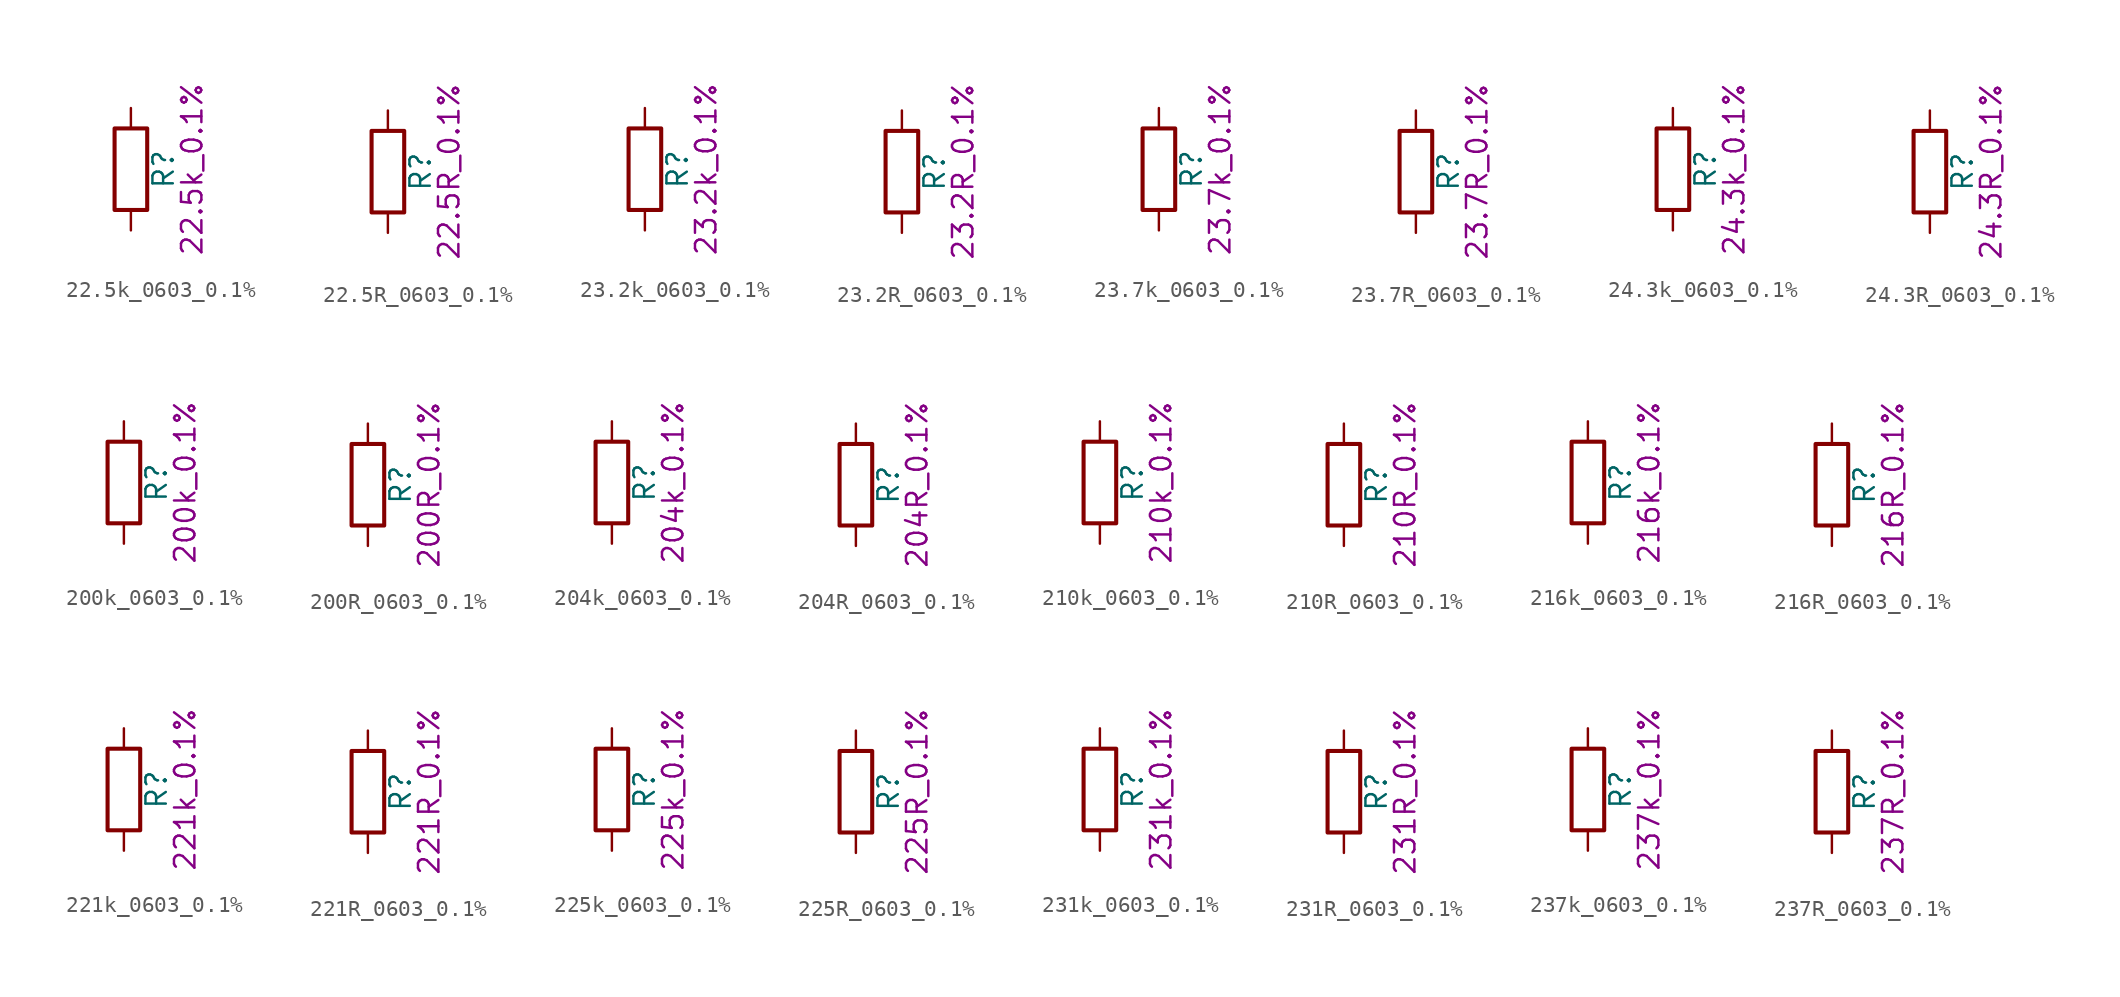
<source format=kicad_sym>
(kicad_symbol_lib
  (version 20211014)
  (generator kicad_symbol_editor)
  (symbol "22.5k_0603_0.1%"
    (pin_numbers hide)
    (pin_names
      (offset 0))
    (property "Reference" "R"
      (at 2.032 0 90)
      (effects (font (size 1.27 1.27))))
    (property "Display" "22.5k_0.1%"
      (at 3.81 0 90)
      (effects (font (size 1.27 1.27))))
    (symbol "22.5k_0603_0.1%_0_1"
      (rectangle (start -1.016 -2.54) (end 1.016 2.54) (stroke (width 0.254) (type default) (color 0 0 0 0)) (fill (type none))))
    (symbol "22.5k_0603_0.1%_1_1"
      (pin passive line (at 0 3.81 270) (length 1.27) (name "~" (effects (font (size 1.27 1.27)))) (number "1" (effects (font (size 1.27 1.27)))))
      (pin passive line (at 0 -3.81 90) (length 1.27) (name "~" (effects (font (size 1.27 1.27)))) (number "2" (effects (font (size 1.27 1.27)))))))
  (symbol "22.5R_0603_0.1%"
    (pin_numbers hide)
    (pin_names
      (offset 0))
    (property "Reference" "R"
      (at 2.032 0 90)
      (effects (font (size 1.27 1.27))))
    (property "Display" "22.5R_0.1%"
      (at 3.81 0 90)
      (effects (font (size 1.27 1.27))))
    (symbol "22.5R_0603_0.1%_0_1"
      (rectangle (start -1.016 -2.54) (end 1.016 2.54) (stroke (width 0.254) (type default) (color 0 0 0 0)) (fill (type none))))
    (symbol "22.5R_0603_0.1%_1_1"
      (pin passive line (at 0 3.81 270) (length 1.27) (name "~" (effects (font (size 1.27 1.27)))) (number "1" (effects (font (size 1.27 1.27)))))
      (pin passive line (at 0 -3.81 90) (length 1.27) (name "~" (effects (font (size 1.27 1.27)))) (number "2" (effects (font (size 1.27 1.27)))))))
  (symbol "23.2k_0603_0.1%"
    (pin_numbers hide)
    (pin_names
      (offset 0))
    (property "Reference" "R"
      (at 2.032 0 90)
      (effects (font (size 1.27 1.27))))
    (property "Display" "23.2k_0.1%"
      (at 3.81 0 90)
      (effects (font (size 1.27 1.27))))
    (symbol "23.2k_0603_0.1%_0_1"
      (rectangle (start -1.016 -2.54) (end 1.016 2.54) (stroke (width 0.254) (type default) (color 0 0 0 0)) (fill (type none))))
    (symbol "23.2k_0603_0.1%_1_1"
      (pin passive line (at 0 3.81 270) (length 1.27) (name "~" (effects (font (size 1.27 1.27)))) (number "1" (effects (font (size 1.27 1.27)))))
      (pin passive line (at 0 -3.81 90) (length 1.27) (name "~" (effects (font (size 1.27 1.27)))) (number "2" (effects (font (size 1.27 1.27)))))))
  (symbol "23.2R_0603_0.1%"
    (pin_numbers hide)
    (pin_names
      (offset 0))
    (property "Reference" "R"
      (at 2.032 0 90)
      (effects (font (size 1.27 1.27))))
    (property "Display" "23.2R_0.1%"
      (at 3.81 0 90)
      (effects (font (size 1.27 1.27))))
    (symbol "23.2R_0603_0.1%_0_1"
      (rectangle (start -1.016 -2.54) (end 1.016 2.54) (stroke (width 0.254) (type default) (color 0 0 0 0)) (fill (type none))))
    (symbol "23.2R_0603_0.1%_1_1"
      (pin passive line (at 0 3.81 270) (length 1.27) (name "~" (effects (font (size 1.27 1.27)))) (number "1" (effects (font (size 1.27 1.27)))))
      (pin passive line (at 0 -3.81 90) (length 1.27) (name "~" (effects (font (size 1.27 1.27)))) (number "2" (effects (font (size 1.27 1.27)))))))
  (symbol "23.7k_0603_0.1%"
    (pin_numbers hide)
    (pin_names
      (offset 0))
    (property "Reference" "R"
      (at 2.032 0 90)
      (effects (font (size 1.27 1.27))))
    (property "Display" "23.7k_0.1%"
      (at 3.81 0 90)
      (effects (font (size 1.27 1.27))))
    (symbol "23.7k_0603_0.1%_0_1"
      (rectangle (start -1.016 -2.54) (end 1.016 2.54) (stroke (width 0.254) (type default) (color 0 0 0 0)) (fill (type none))))
    (symbol "23.7k_0603_0.1%_1_1"
      (pin passive line (at 0 3.81 270) (length 1.27) (name "~" (effects (font (size 1.27 1.27)))) (number "1" (effects (font (size 1.27 1.27)))))
      (pin passive line (at 0 -3.81 90) (length 1.27) (name "~" (effects (font (size 1.27 1.27)))) (number "2" (effects (font (size 1.27 1.27)))))))
  (symbol "23.7R_0603_0.1%"
    (pin_numbers hide)
    (pin_names
      (offset 0))
    (property "Reference" "R"
      (at 2.032 0 90)
      (effects (font (size 1.27 1.27))))
    (property "Display" "23.7R_0.1%"
      (at 3.81 0 90)
      (effects (font (size 1.27 1.27))))
    (symbol "23.7R_0603_0.1%_0_1"
      (rectangle (start -1.016 -2.54) (end 1.016 2.54) (stroke (width 0.254) (type default) (color 0 0 0 0)) (fill (type none))))
    (symbol "23.7R_0603_0.1%_1_1"
      (pin passive line (at 0 3.81 270) (length 1.27) (name "~" (effects (font (size 1.27 1.27)))) (number "1" (effects (font (size 1.27 1.27)))))
      (pin passive line (at 0 -3.81 90) (length 1.27) (name "~" (effects (font (size 1.27 1.27)))) (number "2" (effects (font (size 1.27 1.27)))))))
  (symbol "24.3k_0603_0.1%"
    (pin_numbers hide)
    (pin_names
      (offset 0))
    (property "Reference" "R"
      (at 2.032 0 90)
      (effects (font (size 1.27 1.27))))
    (property "Display" "24.3k_0.1%"
      (at 3.81 0 90)
      (effects (font (size 1.27 1.27))))
    (symbol "24.3k_0603_0.1%_0_1"
      (rectangle (start -1.016 -2.54) (end 1.016 2.54) (stroke (width 0.254) (type default) (color 0 0 0 0)) (fill (type none))))
    (symbol "24.3k_0603_0.1%_1_1"
      (pin passive line (at 0 3.81 270) (length 1.27) (name "~" (effects (font (size 1.27 1.27)))) (number "1" (effects (font (size 1.27 1.27)))))
      (pin passive line (at 0 -3.81 90) (length 1.27) (name "~" (effects (font (size 1.27 1.27)))) (number "2" (effects (font (size 1.27 1.27)))))))
  (symbol "24.3R_0603_0.1%"
    (pin_numbers hide)
    (pin_names
      (offset 0))
    (property "Reference" "R"
      (at 2.032 0 90)
      (effects (font (size 1.27 1.27))))
    (property "Display" "24.3R_0.1%"
      (at 3.81 0 90)
      (effects (font (size 1.27 1.27))))
    (symbol "24.3R_0603_0.1%_0_1"
      (rectangle (start -1.016 -2.54) (end 1.016 2.54) (stroke (width 0.254) (type default) (color 0 0 0 0)) (fill (type none))))
    (symbol "24.3R_0603_0.1%_1_1"
      (pin passive line (at 0 3.81 270) (length 1.27) (name "~" (effects (font (size 1.27 1.27)))) (number "1" (effects (font (size 1.27 1.27)))))
      (pin passive line (at 0 -3.81 90) (length 1.27) (name "~" (effects (font (size 1.27 1.27)))) (number "2" (effects (font (size 1.27 1.27)))))))
  (symbol "200k_0603_0.1%"
    (pin_numbers hide)
    (pin_names
      (offset 0))
    (property "Reference" "R"
      (at 2.032 0 90)
      (effects (font (size 1.27 1.27))))
    (property "Display" "200k_0.1%"
      (at 3.81 0 90)
      (effects (font (size 1.27 1.27))))
    (symbol "200k_0603_0.1%_0_1"
      (rectangle (start -1.016 -2.54) (end 1.016 2.54) (stroke (width 0.254) (type default) (color 0 0 0 0)) (fill (type none))))
    (symbol "200k_0603_0.1%_1_1"
      (pin passive line (at 0 3.81 270) (length 1.27) (name "~" (effects (font (size 1.27 1.27)))) (number "1" (effects (font (size 1.27 1.27)))))
      (pin passive line (at 0 -3.81 90) (length 1.27) (name "~" (effects (font (size 1.27 1.27)))) (number "2" (effects (font (size 1.27 1.27)))))))
  (symbol "200R_0603_0.1%"
    (pin_numbers hide)
    (pin_names
      (offset 0))
    (property "Reference" "R"
      (at 2.032 0 90)
      (effects (font (size 1.27 1.27))))
    (property "Display" "200R_0.1%"
      (at 3.81 0 90)
      (effects (font (size 1.27 1.27))))
    (symbol "200R_0603_0.1%_0_1"
      (rectangle (start -1.016 -2.54) (end 1.016 2.54) (stroke (width 0.254) (type default) (color 0 0 0 0)) (fill (type none))))
    (symbol "200R_0603_0.1%_1_1"
      (pin passive line (at 0 3.81 270) (length 1.27) (name "~" (effects (font (size 1.27 1.27)))) (number "1" (effects (font (size 1.27 1.27)))))
      (pin passive line (at 0 -3.81 90) (length 1.27) (name "~" (effects (font (size 1.27 1.27)))) (number "2" (effects (font (size 1.27 1.27)))))))
  (symbol "204k_0603_0.1%"
    (pin_numbers hide)
    (pin_names
      (offset 0))
    (property "Reference" "R"
      (at 2.032 0 90)
      (effects (font (size 1.27 1.27))))
    (property "Display" "204k_0.1%"
      (at 3.81 0 90)
      (effects (font (size 1.27 1.27))))
    (symbol "204k_0603_0.1%_0_1"
      (rectangle (start -1.016 -2.54) (end 1.016 2.54) (stroke (width 0.254) (type default) (color 0 0 0 0)) (fill (type none))))
    (symbol "204k_0603_0.1%_1_1"
      (pin passive line (at 0 3.81 270) (length 1.27) (name "~" (effects (font (size 1.27 1.27)))) (number "1" (effects (font (size 1.27 1.27)))))
      (pin passive line (at 0 -3.81 90) (length 1.27) (name "~" (effects (font (size 1.27 1.27)))) (number "2" (effects (font (size 1.27 1.27)))))))
  (symbol "204R_0603_0.1%"
    (pin_numbers hide)
    (pin_names
      (offset 0))
    (property "Reference" "R"
      (at 2.032 0 90)
      (effects (font (size 1.27 1.27))))
    (property "Display" "204R_0.1%"
      (at 3.81 0 90)
      (effects (font (size 1.27 1.27))))
    (symbol "204R_0603_0.1%_0_1"
      (rectangle (start -1.016 -2.54) (end 1.016 2.54) (stroke (width 0.254) (type default) (color 0 0 0 0)) (fill (type none))))
    (symbol "204R_0603_0.1%_1_1"
      (pin passive line (at 0 3.81 270) (length 1.27) (name "~" (effects (font (size 1.27 1.27)))) (number "1" (effects (font (size 1.27 1.27)))))
      (pin passive line (at 0 -3.81 90) (length 1.27) (name "~" (effects (font (size 1.27 1.27)))) (number "2" (effects (font (size 1.27 1.27)))))))
  (symbol "210k_0603_0.1%"
    (pin_numbers hide)
    (pin_names
      (offset 0))
    (property "Reference" "R"
      (at 2.032 0 90)
      (effects (font (size 1.27 1.27))))
    (property "Display" "210k_0.1%"
      (at 3.81 0 90)
      (effects (font (size 1.27 1.27))))
    (symbol "210k_0603_0.1%_0_1"
      (rectangle (start -1.016 -2.54) (end 1.016 2.54) (stroke (width 0.254) (type default) (color 0 0 0 0)) (fill (type none))))
    (symbol "210k_0603_0.1%_1_1"
      (pin passive line (at 0 3.81 270) (length 1.27) (name "~" (effects (font (size 1.27 1.27)))) (number "1" (effects (font (size 1.27 1.27)))))
      (pin passive line (at 0 -3.81 90) (length 1.27) (name "~" (effects (font (size 1.27 1.27)))) (number "2" (effects (font (size 1.27 1.27)))))))
  (symbol "210R_0603_0.1%"
    (pin_numbers hide)
    (pin_names
      (offset 0))
    (property "Reference" "R"
      (at 2.032 0 90)
      (effects (font (size 1.27 1.27))))
    (property "Display" "210R_0.1%"
      (at 3.81 0 90)
      (effects (font (size 1.27 1.27))))
    (symbol "210R_0603_0.1%_0_1"
      (rectangle (start -1.016 -2.54) (end 1.016 2.54) (stroke (width 0.254) (type default) (color 0 0 0 0)) (fill (type none))))
    (symbol "210R_0603_0.1%_1_1"
      (pin passive line (at 0 3.81 270) (length 1.27) (name "~" (effects (font (size 1.27 1.27)))) (number "1" (effects (font (size 1.27 1.27)))))
      (pin passive line (at 0 -3.81 90) (length 1.27) (name "~" (effects (font (size 1.27 1.27)))) (number "2" (effects (font (size 1.27 1.27)))))))
  (symbol "216k_0603_0.1%"
    (pin_numbers hide)
    (pin_names
      (offset 0))
    (property "Reference" "R"
      (at 2.032 0 90)
      (effects (font (size 1.27 1.27))))
    (property "Display" "216k_0.1%"
      (at 3.81 0 90)
      (effects (font (size 1.27 1.27))))
    (symbol "216k_0603_0.1%_0_1"
      (rectangle (start -1.016 -2.54) (end 1.016 2.54) (stroke (width 0.254) (type default) (color 0 0 0 0)) (fill (type none))))
    (symbol "216k_0603_0.1%_1_1"
      (pin passive line (at 0 3.81 270) (length 1.27) (name "~" (effects (font (size 1.27 1.27)))) (number "1" (effects (font (size 1.27 1.27)))))
      (pin passive line (at 0 -3.81 90) (length 1.27) (name "~" (effects (font (size 1.27 1.27)))) (number "2" (effects (font (size 1.27 1.27)))))))
  (symbol "216R_0603_0.1%"
    (pin_numbers hide)
    (pin_names
      (offset 0))
    (property "Reference" "R"
      (at 2.032 0 90)
      (effects (font (size 1.27 1.27))))
    (property "Display" "216R_0.1%"
      (at 3.81 0 90)
      (effects (font (size 1.27 1.27))))
    (symbol "216R_0603_0.1%_0_1"
      (rectangle (start -1.016 -2.54) (end 1.016 2.54) (stroke (width 0.254) (type default) (color 0 0 0 0)) (fill (type none))))
    (symbol "216R_0603_0.1%_1_1"
      (pin passive line (at 0 3.81 270) (length 1.27) (name "~" (effects (font (size 1.27 1.27)))) (number "1" (effects (font (size 1.27 1.27)))))
      (pin passive line (at 0 -3.81 90) (length 1.27) (name "~" (effects (font (size 1.27 1.27)))) (number "2" (effects (font (size 1.27 1.27)))))))
  (symbol "221k_0603_0.1%"
    (pin_numbers hide)
    (pin_names
      (offset 0))
    (property "Reference" "R"
      (at 2.032 0 90)
      (effects (font (size 1.27 1.27))))
    (property "Display" "221k_0.1%"
      (at 3.81 0 90)
      (effects (font (size 1.27 1.27))))
    (symbol "221k_0603_0.1%_0_1"
      (rectangle (start -1.016 -2.54) (end 1.016 2.54) (stroke (width 0.254) (type default) (color 0 0 0 0)) (fill (type none))))
    (symbol "221k_0603_0.1%_1_1"
      (pin passive line (at 0 3.81 270) (length 1.27) (name "~" (effects (font (size 1.27 1.27)))) (number "1" (effects (font (size 1.27 1.27)))))
      (pin passive line (at 0 -3.81 90) (length 1.27) (name "~" (effects (font (size 1.27 1.27)))) (number "2" (effects (font (size 1.27 1.27)))))))
  (symbol "221R_0603_0.1%"
    (pin_numbers hide)
    (pin_names
      (offset 0))
    (property "Reference" "R"
      (at 2.032 0 90)
      (effects (font (size 1.27 1.27))))
    (property "Display" "221R_0.1%"
      (at 3.81 0 90)
      (effects (font (size 1.27 1.27))))
    (symbol "221R_0603_0.1%_0_1"
      (rectangle (start -1.016 -2.54) (end 1.016 2.54) (stroke (width 0.254) (type default) (color 0 0 0 0)) (fill (type none))))
    (symbol "221R_0603_0.1%_1_1"
      (pin passive line (at 0 3.81 270) (length 1.27) (name "~" (effects (font (size 1.27 1.27)))) (number "1" (effects (font (size 1.27 1.27)))))
      (pin passive line (at 0 -3.81 90) (length 1.27) (name "~" (effects (font (size 1.27 1.27)))) (number "2" (effects (font (size 1.27 1.27)))))))
  (symbol "225k_0603_0.1%"
    (pin_numbers hide)
    (pin_names
      (offset 0))
    (property "Reference" "R"
      (at 2.032 0 90)
      (effects (font (size 1.27 1.27))))
    (property "Display" "225k_0.1%"
      (at 3.81 0 90)
      (effects (font (size 1.27 1.27))))
    (symbol "225k_0603_0.1%_0_1"
      (rectangle (start -1.016 -2.54) (end 1.016 2.54) (stroke (width 0.254) (type default) (color 0 0 0 0)) (fill (type none))))
    (symbol "225k_0603_0.1%_1_1"
      (pin passive line (at 0 3.81 270) (length 1.27) (name "~" (effects (font (size 1.27 1.27)))) (number "1" (effects (font (size 1.27 1.27)))))
      (pin passive line (at 0 -3.81 90) (length 1.27) (name "~" (effects (font (size 1.27 1.27)))) (number "2" (effects (font (size 1.27 1.27)))))))
  (symbol "225R_0603_0.1%"
    (pin_numbers hide)
    (pin_names
      (offset 0))
    (property "Reference" "R"
      (at 2.032 0 90)
      (effects (font (size 1.27 1.27))))
    (property "Display" "225R_0.1%"
      (at 3.81 0 90)
      (effects (font (size 1.27 1.27))))
    (symbol "225R_0603_0.1%_0_1"
      (rectangle (start -1.016 -2.54) (end 1.016 2.54) (stroke (width 0.254) (type default) (color 0 0 0 0)) (fill (type none))))
    (symbol "225R_0603_0.1%_1_1"
      (pin passive line (at 0 3.81 270) (length 1.27) (name "~" (effects (font (size 1.27 1.27)))) (number "1" (effects (font (size 1.27 1.27)))))
      (pin passive line (at 0 -3.81 90) (length 1.27) (name "~" (effects (font (size 1.27 1.27)))) (number "2" (effects (font (size 1.27 1.27)))))))
  (symbol "231k_0603_0.1%"
    (pin_numbers hide)
    (pin_names
      (offset 0))
    (property "Reference" "R"
      (at 2.032 0 90)
      (effects (font (size 1.27 1.27))))
    (property "Display" "231k_0.1%"
      (at 3.81 0 90)
      (effects (font (size 1.27 1.27))))
    (symbol "231k_0603_0.1%_0_1"
      (rectangle (start -1.016 -2.54) (end 1.016 2.54) (stroke (width 0.254) (type default) (color 0 0 0 0)) (fill (type none))))
    (symbol "231k_0603_0.1%_1_1"
      (pin passive line (at 0 3.81 270) (length 1.27) (name "~" (effects (font (size 1.27 1.27)))) (number "1" (effects (font (size 1.27 1.27)))))
      (pin passive line (at 0 -3.81 90) (length 1.27) (name "~" (effects (font (size 1.27 1.27)))) (number "2" (effects (font (size 1.27 1.27)))))))
  (symbol "231R_0603_0.1%"
    (pin_numbers hide)
    (pin_names
      (offset 0))
    (property "Reference" "R"
      (at 2.032 0 90)
      (effects (font (size 1.27 1.27))))
    (property "Display" "231R_0.1%"
      (at 3.81 0 90)
      (effects (font (size 1.27 1.27))))
    (symbol "231R_0603_0.1%_0_1"
      (rectangle (start -1.016 -2.54) (end 1.016 2.54) (stroke (width 0.254) (type default) (color 0 0 0 0)) (fill (type none))))
    (symbol "231R_0603_0.1%_1_1"
      (pin passive line (at 0 3.81 270) (length 1.27) (name "~" (effects (font (size 1.27 1.27)))) (number "1" (effects (font (size 1.27 1.27)))))
      (pin passive line (at 0 -3.81 90) (length 1.27) (name "~" (effects (font (size 1.27 1.27)))) (number "2" (effects (font (size 1.27 1.27)))))))
  (symbol "237k_0603_0.1%"
    (pin_numbers hide)
    (pin_names
      (offset 0))
    (property "Reference" "R"
      (at 2.032 0 90)
      (effects (font (size 1.27 1.27))))
    (property "Display" "237k_0.1%"
      (at 3.81 0 90)
      (effects (font (size 1.27 1.27))))
    (symbol "237k_0603_0.1%_0_1"
      (rectangle (start -1.016 -2.54) (end 1.016 2.54) (stroke (width 0.254) (type default) (color 0 0 0 0)) (fill (type none))))
    (symbol "237k_0603_0.1%_1_1"
      (pin passive line (at 0 3.81 270) (length 1.27) (name "~" (effects (font (size 1.27 1.27)))) (number "1" (effects (font (size 1.27 1.27)))))
      (pin passive line (at 0 -3.81 90) (length 1.27) (name "~" (effects (font (size 1.27 1.27)))) (number "2" (effects (font (size 1.27 1.27)))))))
  (symbol "237R_0603_0.1%"
    (pin_numbers hide)
    (pin_names
      (offset 0))
    (property "Reference" "R"
      (at 2.032 0 90)
      (effects (font (size 1.27 1.27))))
    (property "Display" "237R_0.1%"
      (at 3.81 0 90)
      (effects (font (size 1.27 1.27))))
    (symbol "237R_0603_0.1%_0_1"
      (rectangle (start -1.016 -2.54) (end 1.016 2.54) (stroke (width 0.254) (type default) (color 0 0 0 0)) (fill (type none))))
    (symbol "237R_0603_0.1%_1_1"
      (pin passive line (at 0 3.81 270) (length 1.27) (name "~" (effects (font (size 1.27 1.27)))) (number "1" (effects (font (size 1.27 1.27)))))
      (pin passive line (at 0 -3.81 90) (length 1.27) (name "~" (effects (font (size 1.27 1.27)))) (number "2" (effects (font (size 1.27 1.27))))))))
</source>
